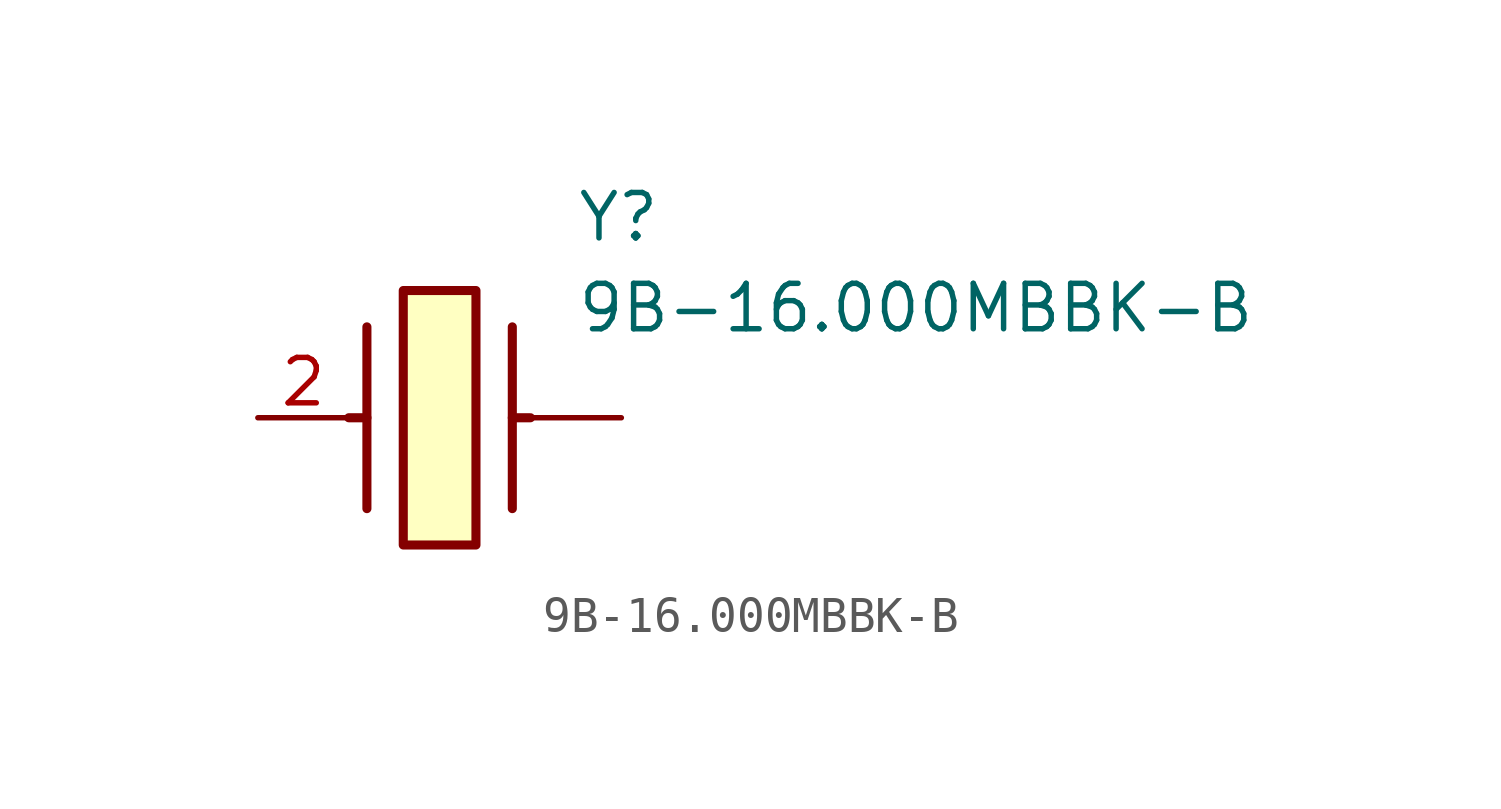
<source format=kicad_sym>
(kicad_symbol_lib
  (version 20211014)
  (generator SamacSys_ECAD_Model)
  (symbol "9B-16.000MBBK-B"
    (pin_names hide)
    (property "Reference" "Y"
      (at 8.89 6.35 0)
      (effects (font (size 1.27 1.27)) (justify left top)))
    (property "Value" "9B-16.000MBBK-B"
      (at 8.89 3.81 0)
      (effects (font (size 1.27 1.27)) (justify left top)))
    (rectangle
      (start 4.064 3.556)
      (end 6.096 -3.556)
      (stroke (width 0.254) (type default))
      (fill (type background)))
    (polyline
      (pts (xy 3.048 2.54) (xy 3.048 -2.54))
      (stroke (width 0.254) (type default))
      (fill (type none)))
    (polyline
      (pts (xy 7.112 2.54) (xy 7.112 -2.54))
      (stroke (width 0.254) (type default))
      (fill (type none)))
    (polyline
      (pts (xy 7.112 0) (xy 7.62 0))
      (stroke (width 0.254) (type default))
      (fill (type none)))
    (polyline
      (pts (xy 3.048 0) (xy 2.54 0))
      (stroke (width 0.254) (type default))
      (fill (type none)))
    (pin passive line
      (at 0 0 0)
      (length 2.54)
      (name "CRYSTAL_2" (effects (font (size 1.27 1.27))))
      (number "2" (effects (font (size 1.27 1.27)))))
    (pin passive line
      (at 10.16 0 180)
      (length 2.54)
      (name "" (effects (font (size 1.27 1.27))))
      (number "" (effects (font (size 1.27 1.27)))))))
</source>
